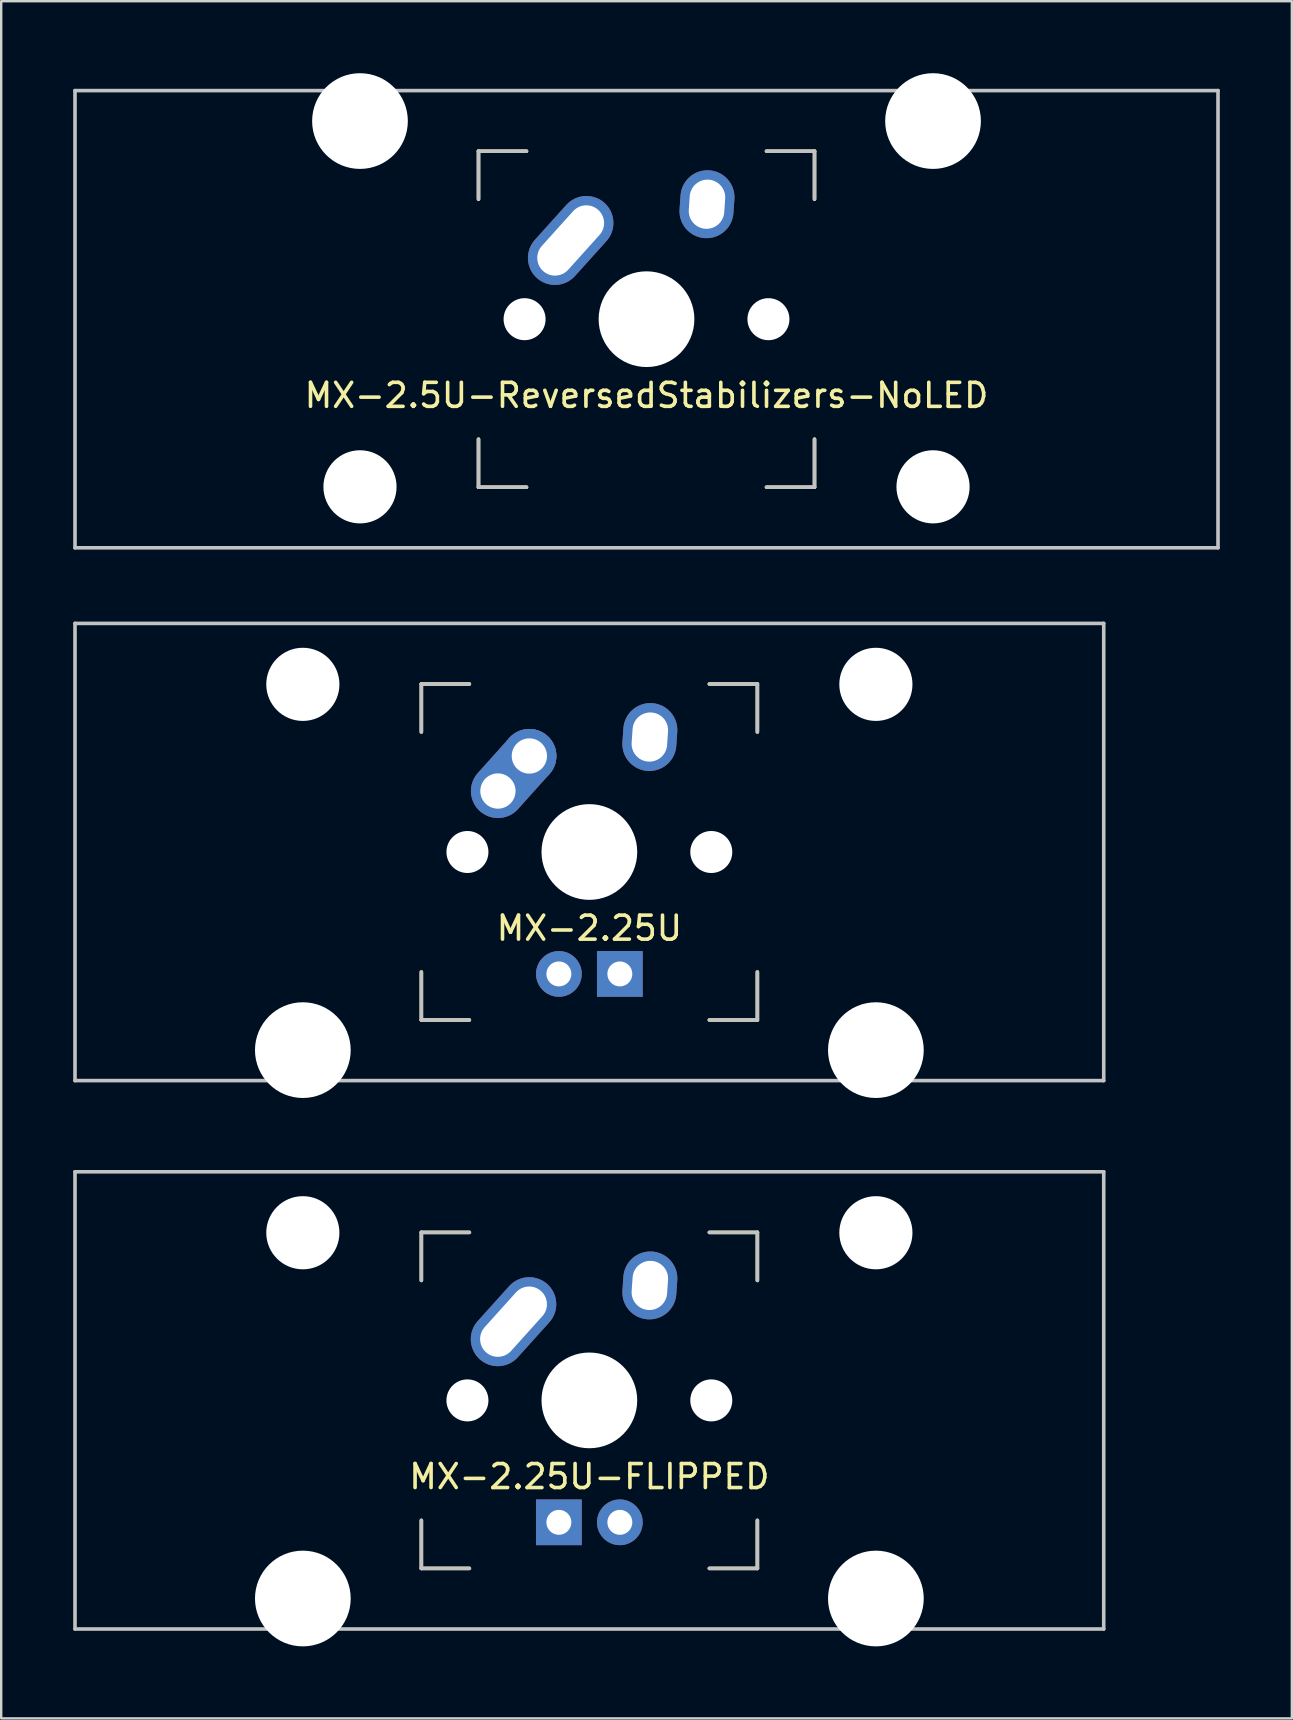
<source format=kicad_pcb>
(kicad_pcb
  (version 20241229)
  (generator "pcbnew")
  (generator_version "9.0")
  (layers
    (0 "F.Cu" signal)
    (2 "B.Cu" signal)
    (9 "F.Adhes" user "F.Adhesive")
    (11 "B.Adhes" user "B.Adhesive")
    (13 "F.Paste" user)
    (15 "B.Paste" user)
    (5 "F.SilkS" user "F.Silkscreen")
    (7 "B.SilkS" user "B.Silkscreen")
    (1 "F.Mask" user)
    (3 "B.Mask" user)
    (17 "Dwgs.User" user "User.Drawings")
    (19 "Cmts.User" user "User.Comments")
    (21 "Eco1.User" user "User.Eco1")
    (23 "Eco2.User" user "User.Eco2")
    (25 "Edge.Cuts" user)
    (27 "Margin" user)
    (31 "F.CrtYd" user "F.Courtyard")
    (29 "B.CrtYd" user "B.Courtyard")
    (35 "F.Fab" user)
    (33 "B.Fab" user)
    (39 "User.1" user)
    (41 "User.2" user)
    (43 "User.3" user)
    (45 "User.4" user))
  (footprint "MX-2.25U"
    (layer "F.Cu")
    (at 21.506 32.449)
    (property "Reference" "MX-2.25U" (at 0 3.175 0) (layer "F.SilkS") (effects (font (size 1 1) (thickness 0.15))))
    (attr through_hole)
    (fp_line (start -7 -7) (end -7 -5) (stroke (width 0.15) (type solid)) (layer "F.SilkS"))
    (fp_line (start -7 5) (end -7 7) (stroke (width 0.15) (type solid)) (layer "F.SilkS"))
    (fp_line (start -7 7) (end -5 7) (stroke (width 0.15) (type solid)) (layer "F.SilkS"))
    (fp_line (start -5 -7) (end -7 -7) (stroke (width 0.15) (type solid)) (layer "F.SilkS"))
    (fp_line (start 5 -7) (end 7 -7) (stroke (width 0.15) (type solid)) (layer "F.SilkS"))
    (fp_line (start 5 7) (end 7 7) (stroke (width 0.15) (type solid)) (layer "F.SilkS"))
    (fp_line (start 7 -7) (end 7 -5) (stroke (width 0.15) (type solid)) (layer "F.SilkS"))
    (fp_line (start 7 7) (end 7 5) (stroke (width 0.15) (type solid)) (layer "F.SilkS"))
    (fp_line (start -21.431 -9.525) (end 21.431 -9.525) (stroke (width 0.15) (type solid)) (layer "Dwgs.User"))
    (fp_line (start -21.431 9.525) (end -21.431 -9.525) (stroke (width 0.15) (type solid)) (layer "Dwgs.User"))
    (fp_line (start -21.431 9.525) (end 21.431 9.525) (stroke (width 0.15) (type solid)) (layer "Dwgs.User"))
    (fp_line (start -7 -7) (end -7 -5) (stroke (width 0.15) (type solid)) (layer "Dwgs.User"))
    (fp_line (start -7 5) (end -7 7) (stroke (width 0.15) (type solid)) (layer "Dwgs.User"))
    (fp_line (start -7 7) (end -5 7) (stroke (width 0.15) (type solid)) (layer "Dwgs.User"))
    (fp_line (start -5 -7) (end -7 -7) (stroke (width 0.15) (type solid)) (layer "Dwgs.User"))
    (fp_line (start 5 -7) (end 7 -7) (stroke (width 0.15) (type solid)) (layer "Dwgs.User"))
    (fp_line (start 5 7) (end 7 7) (stroke (width 0.15) (type solid)) (layer "Dwgs.User"))
    (fp_line (start 7 -7) (end 7 -5) (stroke (width 0.15) (type solid)) (layer "Dwgs.User"))
    (fp_line (start 7 7) (end 7 5) (stroke (width 0.15) (type solid)) (layer "Dwgs.User"))
    (fp_line (start 21.431 -9.525) (end 21.431 9.525) (stroke (width 0.15) (type solid)) (layer "Dwgs.User"))
    (pad "" np_thru_hole circle (at -11.938 -6.985) (size 3.048 3.048) (drill 3.048) (layers "*.Cu" "*.Mask"))
    (pad "" np_thru_hole circle (at -11.938 8.255) (size 3.988 3.988) (drill 3.988) (layers "*.Cu" "*.Mask"))
    (pad "" np_thru_hole circle (at -5.08 0 48.1) (size 1.75 1.75) (drill 1.75) (layers "*.Cu" "*.Mask"))
    (pad "" np_thru_hole circle (at 0 0) (size 3.988 3.988) (drill 3.988) (layers "*.Cu" "*.Mask"))
    (pad "" np_thru_hole circle (at 5.08 0 48.1) (size 1.75 1.75) (drill 1.75) (layers "*.Cu" "*.Mask"))
    (pad "" np_thru_hole circle (at 11.938 -6.985) (size 3.048 3.048) (drill 3.048) (layers "*.Cu" "*.Mask"))
    (pad "" np_thru_hole circle (at 11.938 8.255) (size 3.988 3.988) (drill 3.988) (layers "*.Cu" "*.Mask"))
    (pad "1" thru_hole oval (at -3.81 -2.54 48.1) (size 4.212 2.25) (drill 1.47 (offset 0.981 0)) (layers "*.Cu" "*.Mask"))
    (pad "1" thru_hole circle (at -2.5 -4) (size 2.25 2.25) (drill 1.47) (layers "*.Cu" "*.Mask"))
    (pad "2" thru_hole oval (at 2.52 -4.79 86) (size 2.831 2.25) (drill oval 2.051 1.48) (layers "*.Cu" "*.Mask"))
    (pad "3" thru_hole circle (at -1.27 5.08) (size 1.905 1.905) (drill 1.04) (layers "*.Cu" "*.Mask"))
    (pad "4" thru_hole rect (at 1.27 5.08) (size 1.905 1.905) (drill 1.04) (layers "*.Cu" "*.Mask")))
  (footprint "MX-2.25U-FLIPPED"
    (layer "F.Cu")
    (at 21.506 55.298)
    (property "Reference" "MX-2.25U-FLIPPED" (at 0 3.175 0) (layer "F.SilkS") (effects (font (size 1 1) (thickness 0.15))))
    (attr through_hole)
    (fp_line (start -7 -7) (end -7 -5) (stroke (width 0.15) (type solid)) (layer "F.SilkS"))
    (fp_line (start -7 5) (end -7 7) (stroke (width 0.15) (type solid)) (layer "F.SilkS"))
    (fp_line (start -7 7) (end -5 7) (stroke (width 0.15) (type solid)) (layer "F.SilkS"))
    (fp_line (start -5 -7) (end -7 -7) (stroke (width 0.15) (type solid)) (layer "F.SilkS"))
    (fp_line (start 5 -7) (end 7 -7) (stroke (width 0.15) (type solid)) (layer "F.SilkS"))
    (fp_line (start 5 7) (end 7 7) (stroke (width 0.15) (type solid)) (layer "F.SilkS"))
    (fp_line (start 7 -7) (end 7 -5) (stroke (width 0.15) (type solid)) (layer "F.SilkS"))
    (fp_line (start 7 7) (end 7 5) (stroke (width 0.15) (type solid)) (layer "F.SilkS"))
    (fp_line (start -21.431 -9.525) (end 21.431 -9.525) (stroke (width 0.15) (type solid)) (layer "Dwgs.User"))
    (fp_line (start -21.431 9.525) (end -21.431 -9.525) (stroke (width 0.15) (type solid)) (layer "Dwgs.User"))
    (fp_line (start -21.431 9.525) (end 21.431 9.525) (stroke (width 0.15) (type solid)) (layer "Dwgs.User"))
    (fp_line (start -7 -7) (end -7 -5) (stroke (width 0.15) (type solid)) (layer "Dwgs.User"))
    (fp_line (start -7 5) (end -7 7) (stroke (width 0.15) (type solid)) (layer "Dwgs.User"))
    (fp_line (start -7 7) (end -5 7) (stroke (width 0.15) (type solid)) (layer "Dwgs.User"))
    (fp_line (start -5 -7) (end -7 -7) (stroke (width 0.15) (type solid)) (layer "Dwgs.User"))
    (fp_line (start 5 -7) (end 7 -7) (stroke (width 0.15) (type solid)) (layer "Dwgs.User"))
    (fp_line (start 5 7) (end 7 7) (stroke (width 0.15) (type solid)) (layer "Dwgs.User"))
    (fp_line (start 7 -7) (end 7 -5) (stroke (width 0.15) (type solid)) (layer "Dwgs.User"))
    (fp_line (start 7 7) (end 7 5) (stroke (width 0.15) (type solid)) (layer "Dwgs.User"))
    (fp_line (start 21.431 -9.525) (end 21.431 9.525) (stroke (width 0.15) (type solid)) (layer "Dwgs.User"))
    (pad "" np_thru_hole circle (at -11.938 -6.985) (size 3.048 3.048) (drill 3.048) (layers "*.Cu" "*.Mask"))
    (pad "" np_thru_hole circle (at -11.938 8.255) (size 3.988 3.988) (drill 3.988) (layers "*.Cu" "*.Mask"))
    (pad "" np_thru_hole circle (at -5.08 0 48.1) (size 1.75 1.75) (drill 1.75) (layers "*.Cu" "*.Mask"))
    (pad "" np_thru_hole circle (at 0 0) (size 3.988 3.988) (drill 3.988) (layers "*.Cu" "*.Mask"))
    (pad "" np_thru_hole circle (at 5.08 0 48.1) (size 1.75 1.75) (drill 1.75) (layers "*.Cu" "*.Mask"))
    (pad "" np_thru_hole circle (at 11.938 -6.985) (size 3.048 3.048) (drill 3.048) (layers "*.Cu" "*.Mask"))
    (pad "" np_thru_hole circle (at 11.938 8.255) (size 3.988 3.988) (drill 3.988) (layers "*.Cu" "*.Mask"))
    (pad "1" thru_hole oval (at -3.16 -3.28 48) (size 4.21 2.25) (drill oval 3.43 1.48) (layers "*.Cu" "*.Mask"))
    (pad "2" thru_hole oval (at 2.52 -4.79 86) (size 2.831 2.25) (drill oval 2.051 1.48) (layers "*.Cu" "*.Mask"))
    (pad "3" thru_hole circle (at 1.27 5.08) (size 1.905 1.905) (drill 1.04) (layers "*.Cu" "*.Mask"))
    (pad "4" thru_hole rect (at -1.27 5.08) (size 1.905 1.905) (drill 1.04) (layers "*.Cu" "*.Mask")))
  (footprint "MX-2.5U-ReversedStabilizers-NoLED"
    (layer "F.Cu")
    (at 23.887 10.249)
    (property "Reference" "MX-2.5U-ReversedStabilizers-NoLED" (at 0 3.175 0) (layer "F.SilkS") (effects (font (size 1 1) (thickness 0.15))))
    (attr through_hole)
    (fp_line (start -7 -7) (end -7 -5) (stroke (width 0.15) (type solid)) (layer "F.SilkS"))
    (fp_line (start -7 5) (end -7 7) (stroke (width 0.15) (type solid)) (layer "F.SilkS"))
    (fp_line (start -7 7) (end -5 7) (stroke (width 0.15) (type solid)) (layer "F.SilkS"))
    (fp_line (start -5 -7) (end -7 -7) (stroke (width 0.15) (type solid)) (layer "F.SilkS"))
    (fp_line (start 5 -7) (end 7 -7) (stroke (width 0.15) (type solid)) (layer "F.SilkS"))
    (fp_line (start 5 7) (end 7 7) (stroke (width 0.15) (type solid)) (layer "F.SilkS"))
    (fp_line (start 7 -7) (end 7 -5) (stroke (width 0.15) (type solid)) (layer "F.SilkS"))
    (fp_line (start 7 7) (end 7 5) (stroke (width 0.15) (type solid)) (layer "F.SilkS"))
    (fp_line (start -23.812 -9.525) (end 23.812 -9.525) (stroke (width 0.15) (type solid)) (layer "Dwgs.User"))
    (fp_line (start -23.812 9.525) (end -23.812 -9.525) (stroke (width 0.15) (type solid)) (layer "Dwgs.User"))
    (fp_line (start -23.812 9.525) (end 23.812 9.525) (stroke (width 0.15) (type solid)) (layer "Dwgs.User"))
    (fp_line (start -7 -7) (end -7 -5) (stroke (width 0.15) (type solid)) (layer "Dwgs.User"))
    (fp_line (start -7 5) (end -7 7) (stroke (width 0.15) (type solid)) (layer "Dwgs.User"))
    (fp_line (start -7 7) (end -5 7) (stroke (width 0.15) (type solid)) (layer "Dwgs.User"))
    (fp_line (start -5 -7) (end -7 -7) (stroke (width 0.15) (type solid)) (layer "Dwgs.User"))
    (fp_line (start 5 -7) (end 7 -7) (stroke (width 0.15) (type solid)) (layer "Dwgs.User"))
    (fp_line (start 5 7) (end 7 7) (stroke (width 0.15) (type solid)) (layer "Dwgs.User"))
    (fp_line (start 7 -7) (end 7 -5) (stroke (width 0.15) (type solid)) (layer "Dwgs.User"))
    (fp_line (start 7 7) (end 7 5) (stroke (width 0.15) (type solid)) (layer "Dwgs.User"))
    (fp_line (start 23.812 -9.525) (end 23.812 9.525) (stroke (width 0.15) (type solid)) (layer "Dwgs.User"))
    (pad "" np_thru_hole circle (at -11.938 -8.255) (size 3.988 3.988) (drill 3.988) (layers "*.Cu" "*.Mask"))
    (pad "" np_thru_hole circle (at -11.938 6.985) (size 3.048 3.048) (drill 3.048) (layers "*.Cu" "*.Mask"))
    (pad "" np_thru_hole circle (at -5.08 0 48.1) (size 1.75 1.75) (drill 1.75) (layers "*.Cu" "*.Mask"))
    (pad "" np_thru_hole circle (at 0 0) (size 3.988 3.988) (drill 3.988) (layers "*.Cu" "*.Mask"))
    (pad "" np_thru_hole circle (at 5.08 0 48.1) (size 1.75 1.75) (drill 1.75) (layers "*.Cu" "*.Mask"))
    (pad "" np_thru_hole circle (at 11.938 -8.255) (size 3.988 3.988) (drill 3.988) (layers "*.Cu" "*.Mask"))
    (pad "" np_thru_hole circle (at 11.938 6.985) (size 3.048 3.048) (drill 3.048) (layers "*.Cu" "*.Mask"))
    (pad "1" thru_hole oval (at -3.16 -3.28 48) (size 4.21 2.25) (drill oval 3.43 1.48) (layers "*.Cu" "*.Mask"))
    (pad "2" thru_hole oval (at 2.52 -4.79 86) (size 2.831 2.25) (drill oval 2.051 1.48) (layers "*.Cu" "*.Mask")))
  (gr_rect
    (start -3 -3)
    (end 50.775 68.547)
    (stroke (width 0.1) (type default))
    (fill no)
    (layer "Edge.Cuts")))
</source>
